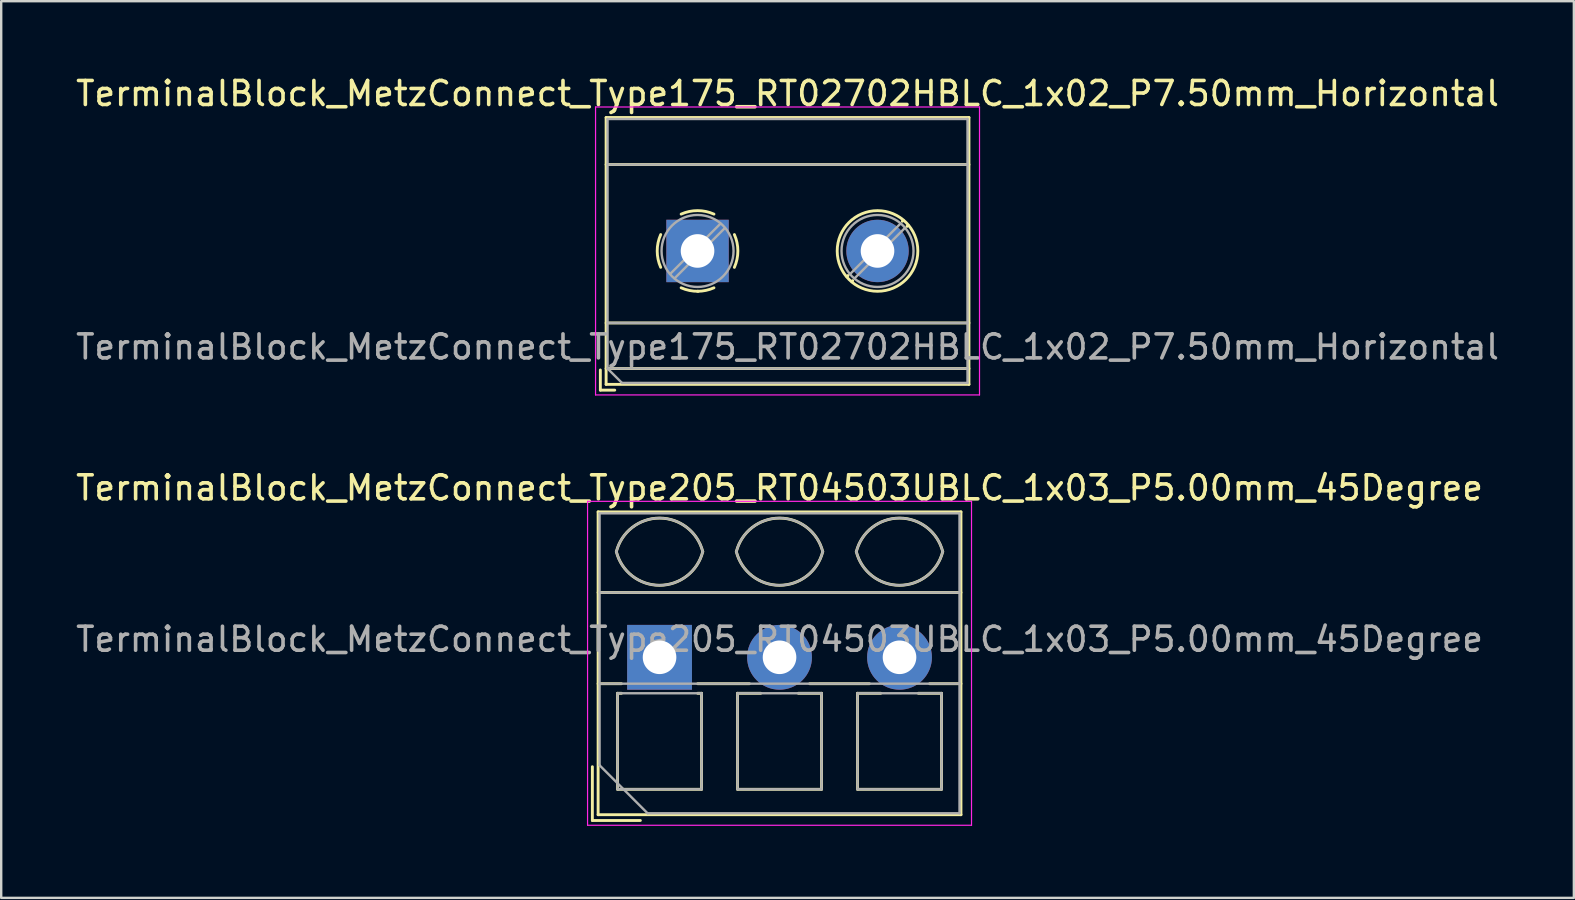
<source format=kicad_pcb>
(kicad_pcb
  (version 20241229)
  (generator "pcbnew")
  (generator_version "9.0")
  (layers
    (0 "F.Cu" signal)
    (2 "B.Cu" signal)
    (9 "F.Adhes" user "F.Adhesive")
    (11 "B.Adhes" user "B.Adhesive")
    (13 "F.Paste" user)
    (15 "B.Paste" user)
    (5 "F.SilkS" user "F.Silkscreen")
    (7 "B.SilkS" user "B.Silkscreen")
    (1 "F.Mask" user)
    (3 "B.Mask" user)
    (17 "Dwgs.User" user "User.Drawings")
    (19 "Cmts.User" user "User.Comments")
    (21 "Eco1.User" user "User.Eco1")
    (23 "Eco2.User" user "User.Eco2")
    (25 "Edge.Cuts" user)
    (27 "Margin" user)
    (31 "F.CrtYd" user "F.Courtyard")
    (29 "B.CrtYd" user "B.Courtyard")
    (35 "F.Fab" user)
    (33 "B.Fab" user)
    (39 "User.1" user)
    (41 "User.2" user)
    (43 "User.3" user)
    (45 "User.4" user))
  (footprint "TerminalBlock_MetzConnect_Type175_RT02702HBLC_1x02_P7.50mm_Horizontal"
    (layer "F.Cu")
    (at 26.018 7.408)
    (property "Reference" "TerminalBlock_MetzConnect_Type175_RT02702HBLC_1x02_P7.50mm_Horizontal" (at 3.75 -6.56 0) (layer "F.SilkS") (effects (font (size 1 1) (thickness 0.15))))
    (attr through_hole)
    (fp_line (start -4.05 4.96) (end -4.05 5.8) (stroke (width 0.12) (type solid)) (layer "F.SilkS"))
    (fp_line (start -4.05 5.8) (end -3.45 5.8) (stroke (width 0.12) (type solid)) (layer "F.SilkS"))
    (fp_line (start -3.81 -5.56) (end -3.81 5.56) (stroke (width 0.12) (type solid)) (layer "F.SilkS"))
    (fp_line (start -3.81 -5.56) (end 11.31 -5.56) (stroke (width 0.12) (type solid)) (layer "F.SilkS"))
    (fp_line (start -3.81 -3.6) (end 11.31 -3.6) (stroke (width 0.12) (type solid)) (layer "F.SilkS"))
    (fp_line (start -3.81 3) (end 11.31 3) (stroke (width 0.12) (type solid)) (layer "F.SilkS"))
    (fp_line (start -3.81 4.9) (end 11.31 4.9) (stroke (width 0.12) (type solid)) (layer "F.SilkS"))
    (fp_line (start -3.81 5.56) (end 11.31 5.56) (stroke (width 0.12) (type solid)) (layer "F.SilkS"))
    (fp_line (start 6.273 1.023) (end 6.226 1.069) (stroke (width 0.12) (type solid)) (layer "F.SilkS"))
    (fp_line (start 6.466 1.239) (end 6.431 1.274) (stroke (width 0.12) (type solid)) (layer "F.SilkS"))
    (fp_line (start 8.57 -1.275) (end 8.535 -1.239) (stroke (width 0.12) (type solid)) (layer "F.SilkS"))
    (fp_line (start 8.775 -1.069) (end 8.728 -1.023) (stroke (width 0.12) (type solid)) (layer "F.SilkS"))
    (fp_line (start 11.31 -5.56) (end 11.31 5.56) (stroke (width 0.12) (type solid)) (layer "F.SilkS"))
    (fp_arc (start -1.535427 0.683042) (mid -1.680501 -0.000524) (end -1.535 -0.684) (stroke (width 0.12) (type solid)) (layer "F.SilkS"))
    (fp_arc (start -0.683042 -1.535427) (mid 0.000524 -1.680501) (end 0.684 -1.535) (stroke (width 0.12) (type solid)) (layer "F.SilkS"))
    (fp_arc (start 0.028805 1.680253) (mid -0.335551 1.646659) (end -0.684 1.535) (stroke (width 0.12) (type solid)) (layer "F.SilkS"))
    (fp_arc (start 0.683318 1.534756) (mid 0.349292 1.643288) (end 0 1.68) (stroke (width 0.12) (type solid)) (layer "F.SilkS"))
    (fp_arc (start 1.535427 -0.683042) (mid 1.680501 0.000524) (end 1.535 0.684) (stroke (width 0.12) (type solid)) (layer "F.SilkS"))
    (fp_circle (center 7.5 0) (end 9.18 0) (stroke (width 0.12) (type solid)) (fill no) (layer "F.SilkS"))
    (fp_line (start -4.25 -6) (end -4.25 6) (stroke (width 0.05) (type solid)) (layer "F.CrtYd"))
    (fp_line (start -4.25 6) (end 11.75 6) (stroke (width 0.05) (type solid)) (layer "F.CrtYd"))
    (fp_line (start 11.75 -6) (end -4.25 -6) (stroke (width 0.05) (type solid)) (layer "F.CrtYd"))
    (fp_line (start 11.75 6) (end 11.75 -6) (stroke (width 0.05) (type solid)) (layer "F.CrtYd"))
    (fp_line (start -3.75 -5.5) (end 11.25 -5.5) (stroke (width 0.1) (type solid)) (layer "F.Fab"))
    (fp_line (start -3.75 -3.6) (end 11.25 -3.6) (stroke (width 0.1) (type solid)) (layer "F.Fab"))
    (fp_line (start -3.75 3) (end 11.25 3) (stroke (width 0.1) (type solid)) (layer "F.Fab"))
    (fp_line (start -3.75 4.9) (end -3.75 -5.5) (stroke (width 0.1) (type solid)) (layer "F.Fab"))
    (fp_line (start -3.75 4.9) (end 11.25 4.9) (stroke (width 0.1) (type solid)) (layer "F.Fab"))
    (fp_line (start -3.15 5.5) (end -3.75 4.9) (stroke (width 0.1) (type solid)) (layer "F.Fab"))
    (fp_line (start 0.955 -1.138) (end -1.138 0.955) (stroke (width 0.1) (type solid)) (layer "F.Fab"))
    (fp_line (start 1.138 -0.955) (end -0.955 1.138) (stroke (width 0.1) (type solid)) (layer "F.Fab"))
    (fp_line (start 8.455 -1.138) (end 6.363 0.955) (stroke (width 0.1) (type solid)) (layer "F.Fab"))
    (fp_line (start 8.638 -0.955) (end 6.546 1.138) (stroke (width 0.1) (type solid)) (layer "F.Fab"))
    (fp_line (start 11.25 -5.5) (end 11.25 5.5) (stroke (width 0.1) (type solid)) (layer "F.Fab"))
    (fp_line (start 11.25 5.5) (end -3.15 5.5) (stroke (width 0.1) (type solid)) (layer "F.Fab"))
    (fp_circle (center 0 0) (end 1.5 0) (stroke (width 0.1) (type solid)) (fill no) (layer "F.Fab"))
    (fp_circle (center 7.5 0) (end 9 0) (stroke (width 0.1) (type solid)) (fill no) (layer "F.Fab"))
    (fp_text user "${REFERENCE}" (at 3.75 4 0) (layer "F.Fab") (effects (font (size 1 1) (thickness 0.15))))
    (pad "1" thru_hole rect (at 0 0) (size 2.6 2.6) (drill 1.4) (layers "*.Cu" "*.Mask"))
    (pad "2" thru_hole circle (at 7.5 0) (size 2.6 2.6) (drill 1.4) (layers "*.Cu" "*.Mask")))
  (footprint "TerminalBlock_MetzConnect_Type205_RT04503UBLC_1x03_P5.00mm_45Degree"
    (layer "F.Cu")
    (at 24.435 24.341)
    (property "Reference" "TerminalBlock_MetzConnect_Type205_RT04503UBLC_1x03_P5.00mm_45Degree" (at 5 -7.06 0) (layer "F.SilkS") (effects (font (size 1 1) (thickness 0.15))))
    (attr through_hole)
    (fp_line (start -2.8 4.56) (end -2.8 6.8) (stroke (width 0.12) (type solid)) (layer "F.SilkS"))
    (fp_line (start -2.8 6.8) (end -0.8 6.8) (stroke (width 0.12) (type solid)) (layer "F.SilkS"))
    (fp_line (start -2.56 -6.06) (end -2.56 6.56) (stroke (width 0.12) (type solid)) (layer "F.SilkS"))
    (fp_line (start -2.56 -6.06) (end 12.56 -6.06) (stroke (width 0.12) (type solid)) (layer "F.SilkS"))
    (fp_line (start -2.56 -2.7) (end 12.56 -2.7) (stroke (width 0.12) (type solid)) (layer "F.SilkS"))
    (fp_line (start -2.56 1.1) (end -1.59 1.1) (stroke (width 0.12) (type solid)) (layer "F.SilkS"))
    (fp_line (start -2.56 6.56) (end 12.56 6.56) (stroke (width 0.12) (type solid)) (layer "F.SilkS"))
    (fp_line (start -1.75 1.5) (end -1.75 5.5) (stroke (width 0.12) (type solid)) (layer "F.SilkS"))
    (fp_line (start -1.75 1.5) (end -1.59 1.5) (stroke (width 0.12) (type solid)) (layer "F.SilkS"))
    (fp_line (start -1.75 5.5) (end 1.75 5.5) (stroke (width 0.12) (type solid)) (layer "F.SilkS"))
    (fp_line (start 1.59 1.1) (end 3.744 1.1) (stroke (width 0.12) (type solid)) (layer "F.SilkS"))
    (fp_line (start 1.59 1.5) (end 1.75 1.5) (stroke (width 0.12) (type solid)) (layer "F.SilkS"))
    (fp_line (start 1.75 1.5) (end 1.75 5.5) (stroke (width 0.12) (type solid)) (layer "F.SilkS"))
    (fp_line (start 3.25 1.5) (end 3.25 5.5) (stroke (width 0.12) (type solid)) (layer "F.SilkS"))
    (fp_line (start 3.25 1.5) (end 4.216 1.5) (stroke (width 0.12) (type solid)) (layer "F.SilkS"))
    (fp_line (start 3.25 5.5) (end 6.75 5.5) (stroke (width 0.12) (type solid)) (layer "F.SilkS"))
    (fp_line (start 5.785 1.5) (end 6.75 1.5) (stroke (width 0.12) (type solid)) (layer "F.SilkS"))
    (fp_line (start 6.257 1.1) (end 8.744 1.1) (stroke (width 0.12) (type solid)) (layer "F.SilkS"))
    (fp_line (start 6.75 1.5) (end 6.75 5.5) (stroke (width 0.12) (type solid)) (layer "F.SilkS"))
    (fp_line (start 8.25 1.5) (end 8.25 5.5) (stroke (width 0.12) (type solid)) (layer "F.SilkS"))
    (fp_line (start 8.25 1.5) (end 9.216 1.5) (stroke (width 0.12) (type solid)) (layer "F.SilkS"))
    (fp_line (start 8.25 5.5) (end 11.75 5.5) (stroke (width 0.12) (type solid)) (layer "F.SilkS"))
    (fp_line (start 10.785 1.5) (end 11.75 1.5) (stroke (width 0.12) (type solid)) (layer "F.SilkS"))
    (fp_line (start 11.257 1.1) (end 12.56 1.1) (stroke (width 0.12) (type solid)) (layer "F.SilkS"))
    (fp_line (start 11.75 1.5) (end 11.75 5.5) (stroke (width 0.12) (type solid)) (layer "F.SilkS"))
    (fp_line (start 12.56 -6.06) (end 12.56 6.56) (stroke (width 0.12) (type solid)) (layer "F.SilkS"))
    (fp_arc (start -1.800846 -4.400605) (mid 0.000312 -5.801077) (end 1.801 -4.4) (stroke (width 0.12) (type solid)) (layer "F.SilkS"))
    (fp_arc (start 1.8 -4.4) (mid -0.000903 -3.000646) (end -1.800445 -4.401751) (stroke (width 0.12) (type solid)) (layer "F.SilkS"))
    (fp_arc (start 3.199154 -4.400605) (mid 5.000312 -5.801077) (end 6.801 -4.4) (stroke (width 0.12) (type solid)) (layer "F.SilkS"))
    (fp_arc (start 6.8 -4.4) (mid 4.999097 -3.000646) (end 3.199555 -4.401751) (stroke (width 0.12) (type solid)) (layer "F.SilkS"))
    (fp_arc (start 8.199154 -4.400605) (mid 10.000312 -5.801077) (end 11.801 -4.4) (stroke (width 0.12) (type solid)) (layer "F.SilkS"))
    (fp_arc (start 11.8 -4.4) (mid 9.999097 -3.000646) (end 8.199555 -4.401751) (stroke (width 0.12) (type solid)) (layer "F.SilkS"))
    (fp_line (start -3 -6.5) (end -3 7) (stroke (width 0.05) (type solid)) (layer "F.CrtYd"))
    (fp_line (start -3 7) (end 13 7) (stroke (width 0.05) (type solid)) (layer "F.CrtYd"))
    (fp_line (start 13 -6.5) (end -3 -6.5) (stroke (width 0.05) (type solid)) (layer "F.CrtYd"))
    (fp_line (start 13 7) (end 13 -6.5) (stroke (width 0.05) (type solid)) (layer "F.CrtYd"))
    (fp_line (start -2.5 -6) (end 12.5 -6) (stroke (width 0.1) (type solid)) (layer "F.Fab"))
    (fp_line (start -2.5 -2.7) (end 12.5 -2.7) (stroke (width 0.1) (type solid)) (layer "F.Fab"))
    (fp_line (start -2.5 1.1) (end 12.5 1.1) (stroke (width 0.1) (type solid)) (layer "F.Fab"))
    (fp_line (start -2.5 4.5) (end -2.5 -6) (stroke (width 0.1) (type solid)) (layer "F.Fab"))
    (fp_line (start -1.75 1.5) (end -1.75 5.5) (stroke (width 0.1) (type solid)) (layer "F.Fab"))
    (fp_line (start -1.75 5.5) (end 1.75 5.5) (stroke (width 0.1) (type solid)) (layer "F.Fab"))
    (fp_line (start -0.5 6.5) (end -2.5 4.5) (stroke (width 0.1) (type solid)) (layer "F.Fab"))
    (fp_line (start 1.75 1.5) (end -1.75 1.5) (stroke (width 0.1) (type solid)) (layer "F.Fab"))
    (fp_line (start 1.75 5.5) (end 1.75 1.5) (stroke (width 0.1) (type solid)) (layer "F.Fab"))
    (fp_line (start 3.25 1.5) (end 3.25 5.5) (stroke (width 0.1) (type solid)) (layer "F.Fab"))
    (fp_line (start 3.25 5.5) (end 6.75 5.5) (stroke (width 0.1) (type solid)) (layer "F.Fab"))
    (fp_line (start 6.75 1.5) (end 3.25 1.5) (stroke (width 0.1) (type solid)) (layer "F.Fab"))
    (fp_line (start 6.75 5.5) (end 6.75 1.5) (stroke (width 0.1) (type solid)) (layer "F.Fab"))
    (fp_line (start 8.25 1.5) (end 8.25 5.5) (stroke (width 0.1) (type solid)) (layer "F.Fab"))
    (fp_line (start 8.25 5.5) (end 11.75 5.5) (stroke (width 0.1) (type solid)) (layer "F.Fab"))
    (fp_line (start 11.75 1.5) (end 8.25 1.5) (stroke (width 0.1) (type solid)) (layer "F.Fab"))
    (fp_line (start 11.75 5.5) (end 11.75 1.5) (stroke (width 0.1) (type solid)) (layer "F.Fab"))
    (fp_line (start 12.5 -6) (end 12.5 6.5) (stroke (width 0.1) (type solid)) (layer "F.Fab"))
    (fp_line (start 12.5 6.5) (end -0.5 6.5) (stroke (width 0.1) (type solid)) (layer "F.Fab"))
    (fp_arc (start -1.800846 -4.400605) (mid 0.000312 -5.801077) (end 1.801 -4.4) (stroke (width 0.1) (type solid)) (layer "F.Fab"))
    (fp_arc (start 1.8 -4.4) (mid -0.000903 -3.000646) (end -1.800445 -4.401751) (stroke (width 0.1) (type solid)) (layer "F.Fab"))
    (fp_arc (start 3.199154 -4.400605) (mid 5.000312 -5.801077) (end 6.801 -4.4) (stroke (width 0.1) (type solid)) (layer "F.Fab"))
    (fp_arc (start 6.8 -4.4) (mid 4.999097 -3.000646) (end 3.199555 -4.401751) (stroke (width 0.1) (type solid)) (layer "F.Fab"))
    (fp_arc (start 8.199154 -4.400605) (mid 10.000312 -5.801077) (end 11.801 -4.4) (stroke (width 0.1) (type solid)) (layer "F.Fab"))
    (fp_arc (start 11.8 -4.4) (mid 9.999097 -3.000646) (end 8.199555 -4.401751) (stroke (width 0.1) (type solid)) (layer "F.Fab"))
    (fp_text user "${REFERENCE}" (at 5 -0.75 0) (layer "F.Fab") (effects (font (size 1 1) (thickness 0.15))))
    (pad "1" thru_hole rect (at 0 0) (size 2.7 2.7) (drill 1.4) (layers "*.Cu" "*.Mask"))
    (pad "2" thru_hole circle (at 5 0) (size 2.7 2.7) (drill 1.4) (layers "*.Cu" "*.Mask"))
    (pad "3" thru_hole circle (at 10 0) (size 2.7 2.7) (drill 1.4) (layers "*.Cu" "*.Mask")))
  (gr_rect
    (start -3 -3)
    (end 62.536 34.367)
    (stroke (width 0.1) (type default))
    (fill no)
    (layer "Edge.Cuts")))
</source>
